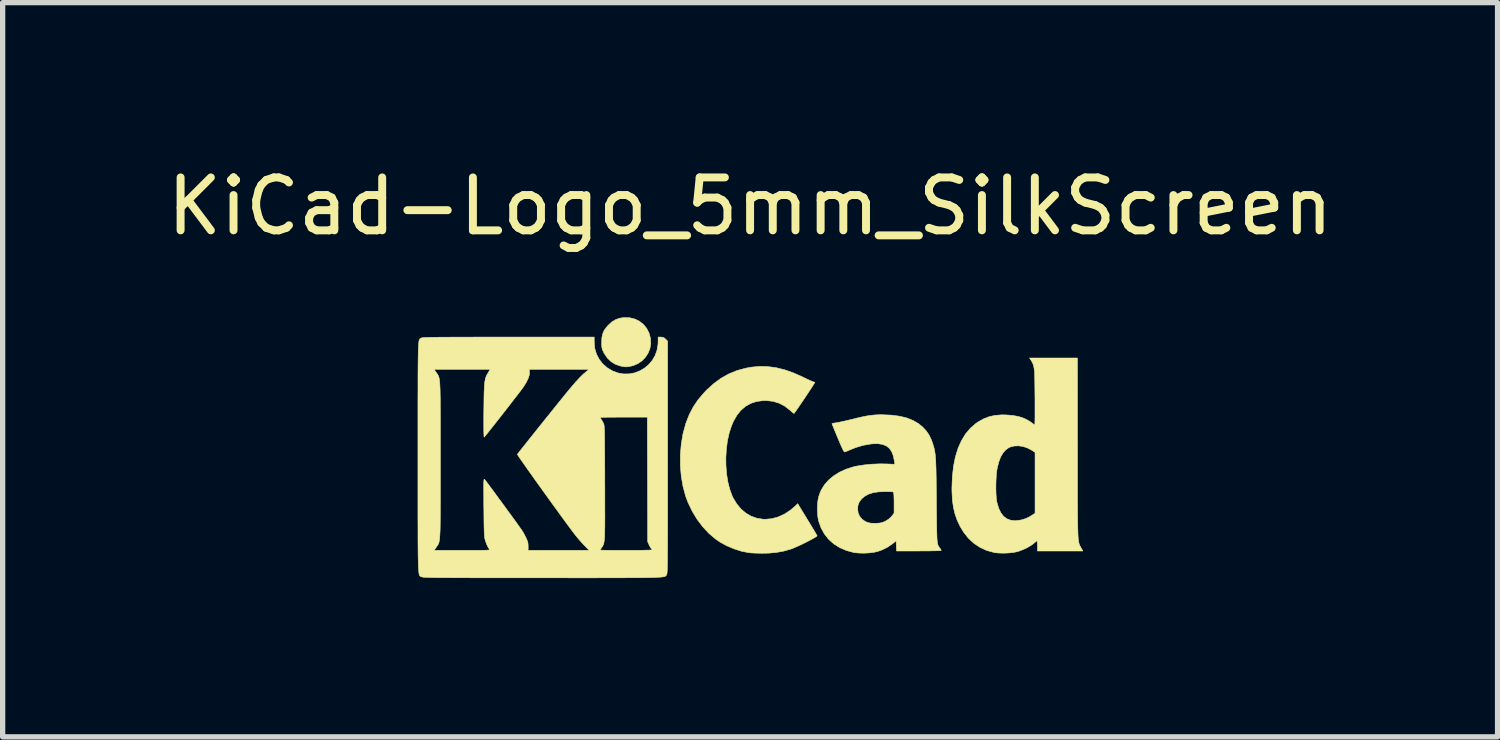
<source format=kicad_pcb>
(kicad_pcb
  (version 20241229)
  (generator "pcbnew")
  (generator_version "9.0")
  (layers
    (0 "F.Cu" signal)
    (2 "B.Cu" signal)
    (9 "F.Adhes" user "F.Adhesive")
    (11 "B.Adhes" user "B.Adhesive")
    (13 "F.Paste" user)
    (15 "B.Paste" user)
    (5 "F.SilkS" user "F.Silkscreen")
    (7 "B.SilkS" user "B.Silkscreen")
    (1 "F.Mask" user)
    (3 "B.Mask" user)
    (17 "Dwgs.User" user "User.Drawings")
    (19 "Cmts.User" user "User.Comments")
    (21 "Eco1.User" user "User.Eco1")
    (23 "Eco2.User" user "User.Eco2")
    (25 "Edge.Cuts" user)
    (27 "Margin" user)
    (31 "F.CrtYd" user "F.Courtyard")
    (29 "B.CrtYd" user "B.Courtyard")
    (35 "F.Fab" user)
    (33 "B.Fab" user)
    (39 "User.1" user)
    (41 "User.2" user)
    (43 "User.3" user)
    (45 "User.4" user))
  (footprint "KiCad-Logo_5mm_SilkScreen"
    (layer "F.Cu")
    (at 11.125 5.928)
    (property "Reference" "KiCad-Logo_5mm_SilkScreen" (at 0 -5.08 0) (layer "F.SilkS") (effects (font (size 1 1) (thickness 0.15))))
    (attr board_only exclude_from_pos_files exclude_from_bom allow_missing_courtyard)
    (fp_poly (pts (xy -2.273 -2.973) (xy -2.177 -2.949) (xy -2.09 -2.906) (xy -2.015 -2.847) (xy -1.954 -2.772) (xy -1.909 -2.683) (xy -1.883 -2.586) (xy -1.877 -2.489) (xy -1.892 -2.395) (xy -1.926 -2.307) (xy -1.977 -2.228) (xy -2.042 -2.16) (xy -2.121 -2.106) (xy -2.212 -2.068) (xy -2.263 -2.056) (xy -2.308 -2.048) (xy -2.342 -2.045) (xy -2.375 -2.047) (xy -2.415 -2.054) (xy -2.449 -2.061) (xy -2.542 -2.092) (xy -2.626 -2.143) (xy -2.698 -2.213) (xy -2.756 -2.298) (xy -2.77 -2.326) (xy -2.787 -2.362) (xy -2.797 -2.392) (xy -2.802 -2.425) (xy -2.805 -2.466) (xy -2.805 -2.512) (xy -2.801 -2.596) (xy -2.787 -2.665) (xy -2.762 -2.726) (xy -2.723 -2.784) (xy -2.684 -2.829) (xy -2.612 -2.895) (xy -2.537 -2.94) (xy -2.455 -2.967) (xy -2.377 -2.977) (xy -2.273 -2.973)) (stroke (width 0.01) (type solid)) (fill yes) (layer "F.SilkS"))
    (fp_poly (pts (xy 0.328 -2.051) (xy 0.489 -2.03) (xy 0.653 -1.99) (xy 0.822 -1.93) (xy 1 -1.851) (xy 1.011 -1.845) (xy 1.069 -1.817) (xy 1.121 -1.793) (xy 1.162 -1.775) (xy 1.19 -1.764) (xy 1.2 -1.761) (xy 1.219 -1.756) (xy 1.224 -1.752) (xy 1.218 -1.741) (xy 1.202 -1.715) (xy 1.177 -1.676) (xy 1.145 -1.626) (xy 1.107 -1.569) (xy 1.066 -1.507) (xy 1.023 -1.442) (xy 0.98 -1.379) (xy 0.939 -1.319) (xy 0.902 -1.265) (xy 0.871 -1.22) (xy 0.847 -1.186) (xy 0.832 -1.167) (xy 0.83 -1.165) (xy 0.82 -1.17) (xy 0.798 -1.187) (xy 0.767 -1.214) (xy 0.752 -1.228) (xy 0.655 -1.303) (xy 0.548 -1.359) (xy 0.433 -1.394) (xy 0.31 -1.408) (xy 0.241 -1.407) (xy 0.119 -1.39) (xy 0.01 -1.354) (xy -0.087 -1.299) (xy -0.174 -1.225) (xy -0.249 -1.131) (xy -0.314 -1.018) (xy -0.351 -0.931) (xy -0.395 -0.796) (xy -0.428 -0.648) (xy -0.448 -0.493) (xy -0.458 -0.333) (xy -0.456 -0.173) (xy -0.443 -0.016) (xy -0.419 0.133) (xy -0.384 0.271) (xy -0.338 0.395) (xy -0.322 0.429) (xy -0.253 0.543) (xy -0.173 0.64) (xy -0.081 0.718) (xy 0.02 0.777) (xy 0.13 0.816) (xy 0.247 0.834) (xy 0.289 0.835) (xy 0.41 0.824) (xy 0.531 0.791) (xy 0.649 0.737) (xy 0.762 0.663) (xy 0.854 0.585) (xy 0.9 0.54) (xy 1.081 0.837) (xy 1.127 0.911) (xy 1.168 0.98) (xy 1.204 1.039) (xy 1.233 1.088) (xy 1.254 1.124) (xy 1.265 1.144) (xy 1.266 1.147) (xy 1.258 1.157) (xy 1.233 1.174) (xy 1.193 1.197) (xy 1.142 1.225) (xy 1.084 1.255) (xy 1.021 1.287) (xy 0.958 1.318) (xy 0.896 1.346) (xy 0.839 1.371) (xy 0.791 1.391) (xy 0.768 1.399) (xy 0.634 1.437) (xy 0.496 1.462) (xy 0.349 1.475) (xy 0.222 1.477) (xy 0.154 1.476) (xy 0.088 1.474) (xy 0.031 1.471) (xy -0.013 1.468) (xy -0.027 1.466) (xy -0.166 1.438) (xy -0.307 1.392) (xy -0.445 1.334) (xy -0.572 1.264) (xy -0.649 1.211) (xy -0.777 1.103) (xy -0.895 0.977) (xy -1.002 0.835) (xy -1.095 0.681) (xy -1.173 0.518) (xy -1.217 0.401) (xy -1.267 0.217) (xy -1.301 0.023) (xy -1.318 -0.179) (xy -1.318 -0.382) (xy -1.301 -0.584) (xy -1.268 -0.781) (xy -1.217 -0.967) (xy -1.214 -0.978) (xy -1.151 -1.14) (xy -1.074 -1.288) (xy -0.981 -1.426) (xy -0.868 -1.558) (xy -0.825 -1.604) (xy -0.688 -1.728) (xy -0.549 -1.83) (xy -0.403 -1.912) (xy -0.249 -1.975) (xy -0.084 -2.02) (xy 0.011 -2.038) (xy 0.17 -2.054) (xy 0.328 -2.051)) (stroke (width 0.01) (type solid)) (fill yes) (layer "F.SilkS"))
    (fp_poly (pts (xy 6.187 -0.528) (xy 6.187 -0.293) (xy 6.187 -0.08) (xy 6.187 0.112) (xy 6.187 0.285) (xy 6.187 0.441) (xy 6.188 0.579) (xy 6.188 0.701) (xy 6.189 0.808) (xy 6.19 0.901) (xy 6.192 0.982) (xy 6.194 1.051) (xy 6.196 1.11) (xy 6.198 1.159) (xy 6.202 1.2) (xy 6.205 1.234) (xy 6.21 1.262) (xy 6.214 1.285) (xy 6.22 1.304) (xy 6.226 1.321) (xy 6.233 1.335) (xy 6.24 1.349) (xy 6.249 1.364) (xy 6.254 1.373) (xy 6.288 1.434) (xy 5.43 1.434) (xy 5.43 1.338) (xy 5.429 1.294) (xy 5.427 1.261) (xy 5.424 1.243) (xy 5.423 1.242) (xy 5.412 1.249) (xy 5.389 1.267) (xy 5.366 1.286) (xy 5.312 1.327) (xy 5.242 1.368) (xy 5.165 1.405) (xy 5.088 1.435) (xy 5.057 1.445) (xy 4.989 1.46) (xy 4.906 1.47) (xy 4.816 1.475) (xy 4.728 1.474) (xy 4.649 1.469) (xy 4.612 1.463) (xy 4.473 1.425) (xy 4.346 1.367) (xy 4.23 1.29) (xy 4.127 1.195) (xy 4.036 1.081) (xy 3.969 0.97) (xy 3.914 0.854) (xy 3.872 0.734) (xy 3.842 0.608) (xy 3.823 0.472) (xy 3.815 0.32) (xy 3.814 0.243) (xy 3.816 0.186) (xy 4.645 0.186) (xy 4.645 0.279) (xy 4.648 0.367) (xy 4.654 0.444) (xy 4.662 0.505) (xy 4.665 0.517) (xy 4.697 0.625) (xy 4.738 0.712) (xy 4.79 0.779) (xy 4.853 0.826) (xy 4.926 0.853) (xy 5.011 0.862) (xy 5.107 0.851) (xy 5.17 0.835) (xy 5.219 0.817) (xy 5.274 0.791) (xy 5.314 0.767) (xy 5.385 0.721) (xy 5.385 -0.429) (xy 5.317 -0.473) (xy 5.239 -0.514) (xy 5.155 -0.541) (xy 5.07 -0.553) (xy 4.988 -0.549) (xy 4.915 -0.53) (xy 4.883 -0.515) (xy 4.826 -0.472) (xy 4.777 -0.415) (xy 4.735 -0.342) (xy 4.701 -0.252) (xy 4.672 -0.141) (xy 4.671 -0.135) (xy 4.66 -0.073) (xy 4.653 0.005) (xy 4.648 0.093) (xy 4.645 0.186) (xy 3.816 0.186) (xy 3.822 0.03) (xy 3.844 -0.166) (xy 3.88 -0.345) (xy 3.93 -0.506) (xy 3.994 -0.65) (xy 4.071 -0.777) (xy 4.163 -0.886) (xy 4.268 -0.977) (xy 4.314 -1.008) (xy 4.415 -1.064) (xy 4.518 -1.104) (xy 4.628 -1.128) (xy 4.749 -1.138) (xy 4.842 -1.137) (xy 4.971 -1.126) (xy 5.084 -1.104) (xy 5.183 -1.07) (xy 5.271 -1.024) (xy 5.32 -0.99) (xy 5.349 -0.968) (xy 5.371 -0.953) (xy 5.379 -0.948) (xy 5.381 -0.959) (xy 5.382 -0.99) (xy 5.383 -1.037) (xy 5.384 -1.1) (xy 5.384 -1.173) (xy 5.384 -1.256) (xy 5.384 -1.344) (xy 5.384 -1.436) (xy 5.383 -1.528) (xy 5.382 -1.618) (xy 5.381 -1.704) (xy 5.38 -1.781) (xy 5.379 -1.848) (xy 5.377 -1.902) (xy 5.375 -1.94) (xy 5.375 -1.947) (xy 5.367 -2.018) (xy 5.356 -2.073) (xy 5.338 -2.12) (xy 5.312 -2.166) (xy 5.305 -2.176) (xy 5.281 -2.213) (xy 6.186 -2.213) (xy 6.187 -0.528)) (stroke (width 0.01) (type solid)) (fill yes) (layer "F.SilkS"))
    (fp_poly (pts (xy 2.674 -1.133) (xy 2.825 -1.113) (xy 2.961 -1.08) (xy 3.08 -1.032) (xy 3.185 -0.971) (xy 3.262 -0.907) (xy 3.331 -0.833) (xy 3.385 -0.753) (xy 3.428 -0.661) (xy 3.443 -0.618) (xy 3.456 -0.579) (xy 3.467 -0.543) (xy 3.477 -0.508) (xy 3.485 -0.472) (xy 3.492 -0.433) (xy 3.498 -0.39) (xy 3.503 -0.34) (xy 3.507 -0.283) (xy 3.51 -0.215) (xy 3.513 -0.136) (xy 3.515 -0.043) (xy 3.517 0.066) (xy 3.518 0.192) (xy 3.52 0.337) (xy 3.521 0.48) (xy 3.522 0.636) (xy 3.524 0.771) (xy 3.525 0.887) (xy 3.526 0.986) (xy 3.528 1.068) (xy 3.53 1.136) (xy 3.532 1.192) (xy 3.535 1.236) (xy 3.539 1.271) (xy 3.544 1.299) (xy 3.55 1.321) (xy 3.557 1.338) (xy 3.565 1.352) (xy 3.574 1.366) (xy 3.585 1.38) (xy 3.59 1.385) (xy 3.605 1.408) (xy 3.612 1.423) (xy 3.612 1.424) (xy 3.602 1.426) (xy 3.571 1.428) (xy 3.522 1.43) (xy 3.458 1.431) (xy 3.382 1.433) (xy 3.295 1.433) (xy 3.2 1.434) (xy 3.19 1.434) (xy 2.767 1.434) (xy 2.763 1.338) (xy 2.76 1.242) (xy 2.698 1.293) (xy 2.601 1.36) (xy 2.491 1.415) (xy 2.404 1.445) (xy 2.335 1.46) (xy 2.252 1.47) (xy 2.162 1.475) (xy 2.074 1.474) (xy 1.995 1.468) (xy 1.959 1.463) (xy 1.819 1.425) (xy 1.692 1.37) (xy 1.58 1.299) (xy 1.484 1.213) (xy 1.404 1.112) (xy 1.341 0.997) (xy 1.296 0.871) (xy 1.284 0.814) (xy 1.276 0.752) (xy 1.273 0.677) (xy 1.272 0.643) (xy 1.272 0.64) (xy 2.032 0.64) (xy 2.042 0.715) (xy 2.07 0.779) (xy 2.118 0.835) (xy 2.123 0.839) (xy 2.172 0.874) (xy 2.223 0.897) (xy 2.284 0.909) (xy 2.359 0.911) (xy 2.377 0.911) (xy 2.431 0.908) (xy 2.471 0.903) (xy 2.506 0.893) (xy 2.545 0.876) (xy 2.556 0.871) (xy 2.616 0.835) (xy 2.663 0.792) (xy 2.676 0.777) (xy 2.721 0.72) (xy 2.721 0.525) (xy 2.72 0.446) (xy 2.718 0.388) (xy 2.715 0.349) (xy 2.711 0.327) (xy 2.707 0.32) (xy 2.691 0.317) (xy 2.657 0.314) (xy 2.61 0.313) (xy 2.555 0.312) (xy 2.546 0.312) (xy 2.425 0.317) (xy 2.323 0.333) (xy 2.236 0.361) (xy 2.164 0.401) (xy 2.109 0.448) (xy 2.064 0.506) (xy 2.039 0.569) (xy 2.032 0.64) (xy 1.272 0.64) (xy 1.274 0.55) (xy 1.283 0.471) (xy 1.299 0.4) (xy 1.324 0.329) (xy 1.348 0.276) (xy 1.407 0.181) (xy 1.485 0.093) (xy 1.58 0.014) (xy 1.69 -0.055) (xy 1.813 -0.111) (xy 1.945 -0.154) (xy 2.009 -0.169) (xy 2.146 -0.191) (xy 2.294 -0.206) (xy 2.446 -0.212) (xy 2.572 -0.211) (xy 2.734 -0.204) (xy 2.727 -0.263) (xy 2.707 -0.362) (xy 2.676 -0.443) (xy 2.632 -0.506) (xy 2.575 -0.551) (xy 2.503 -0.58) (xy 2.416 -0.594) (xy 2.313 -0.591) (xy 2.275 -0.587) (xy 2.134 -0.562) (xy 1.997 -0.521) (xy 1.902 -0.483) (xy 1.857 -0.464) (xy 1.819 -0.448) (xy 1.792 -0.439) (xy 1.785 -0.437) (xy 1.775 -0.446) (xy 1.758 -0.475) (xy 1.734 -0.524) (xy 1.703 -0.594) (xy 1.665 -0.684) (xy 1.658 -0.7) (xy 1.628 -0.772) (xy 1.601 -0.838) (xy 1.578 -0.893) (xy 1.561 -0.936) (xy 1.55 -0.963) (xy 1.547 -0.972) (xy 1.557 -0.977) (xy 1.583 -0.982) (xy 1.611 -0.986) (xy 1.642 -0.991) (xy 1.689 -1) (xy 1.751 -1.013) (xy 1.821 -1.029) (xy 1.896 -1.047) (xy 1.925 -1.054) (xy 2.03 -1.08) (xy 2.117 -1.1) (xy 2.192 -1.115) (xy 2.258 -1.126) (xy 2.319 -1.133) (xy 2.381 -1.138) (xy 2.446 -1.14) (xy 2.504 -1.14) (xy 2.674 -1.133)) (stroke (width 0.01) (type solid)) (fill yes) (layer "F.SilkS"))
    (fp_poly (pts (xy -2.946 -2.511) (xy -2.936 -2.397) (xy -2.904 -2.289) (xy -2.853 -2.19) (xy -2.784 -2.102) (xy -2.699 -2.027) (xy -2.602 -1.97) (xy -2.496 -1.93) (xy -2.389 -1.911) (xy -2.283 -1.913) (xy -2.181 -1.932) (xy -2.085 -1.969) (xy -1.996 -2.021) (xy -1.917 -2.087) (xy -1.849 -2.167) (xy -1.796 -2.258) (xy -1.759 -2.359) (xy -1.74 -2.47) (xy -1.738 -2.52) (xy -1.738 -2.608) (xy -1.687 -2.608) (xy -1.65 -2.605) (xy -1.623 -2.593) (xy -1.596 -2.569) (xy -1.558 -2.531) (xy -1.558 -0.339) (xy -1.558 -0.077) (xy -1.558 0.163) (xy -1.558 0.383) (xy -1.558 0.583) (xy -1.558 0.764) (xy -1.558 0.928) (xy -1.559 1.074) (xy -1.559 1.205) (xy -1.559 1.32) (xy -1.56 1.421) (xy -1.561 1.509) (xy -1.561 1.585) (xy -1.562 1.65) (xy -1.563 1.704) (xy -1.564 1.749) (xy -1.565 1.786) (xy -1.567 1.815) (xy -1.568 1.837) (xy -1.57 1.854) (xy -1.572 1.866) (xy -1.574 1.874) (xy -1.576 1.88) (xy -1.577 1.882) (xy -1.581 1.889) (xy -1.585 1.895) (xy -1.589 1.901) (xy -1.594 1.906) (xy -1.601 1.911) (xy -1.611 1.916) (xy -1.625 1.92) (xy -1.645 1.923) (xy -1.669 1.926) (xy -1.701 1.929) (xy -1.741 1.931) (xy -1.789 1.934) (xy -1.846 1.935) (xy -1.914 1.937) (xy -1.994 1.938) (xy -2.085 1.939) (xy -2.19 1.94) (xy -2.309 1.94) (xy -2.443 1.941) (xy -2.593 1.941) (xy -2.76 1.941) (xy -2.945 1.942) (xy -3.149 1.942) (xy -3.372 1.942) (xy -3.616 1.941) (xy -3.881 1.941) (xy -3.92 1.941) (xy -4.187 1.941) (xy -4.432 1.941) (xy -4.657 1.941) (xy -4.861 1.941) (xy -5.047 1.941) (xy -5.215 1.941) (xy -5.366 1.94) (xy -5.501 1.94) (xy -5.62 1.939) (xy -5.725 1.939) (xy -5.817 1.938) (xy -5.896 1.938) (xy -5.964 1.937) (xy -6.021 1.936) (xy -6.069 1.935) (xy -6.107 1.933) (xy -6.138 1.932) (xy -6.162 1.931) (xy -6.18 1.929) (xy -6.192 1.927) (xy -6.201 1.925) (xy -6.205 1.923) (xy -6.214 1.92) (xy -6.221 1.917) (xy -6.229 1.915) (xy -6.235 1.911) (xy -6.241 1.906) (xy -6.246 1.897) (xy -6.251 1.885) (xy -6.255 1.869) (xy -6.259 1.846) (xy -6.262 1.818) (xy -6.265 1.781) (xy -6.268 1.737) (xy -6.27 1.683) (xy -6.271 1.618) (xy -6.273 1.543) (xy -6.274 1.455) (xy -6.275 1.354) (xy -6.276 1.239) (xy -6.276 1.11) (xy -6.276 0.964) (xy -6.277 0.802) (xy -6.277 0.621) (xy -6.277 0.422) (xy -6.277 0.204) (xy -6.277 -0.035) (xy -6.277 -0.296) (xy -6.277 -0.338) (xy -6.277 -0.601) (xy -6.277 -0.842) (xy -6.277 -1.063) (xy -6.277 -1.264) (xy -6.277 -1.446) (xy -6.276 -1.61) (xy -6.276 -1.757) (xy -6.276 -1.888) (xy -6.275 -1.998) (xy -5.972 -1.998) (xy -5.932 -1.94) (xy -5.921 -1.925) (xy -5.911 -1.911) (xy -5.902 -1.897) (xy -5.894 -1.883) (xy -5.887 -1.868) (xy -5.881 -1.849) (xy -5.875 -1.826) (xy -5.871 -1.798) (xy -5.867 -1.764) (xy -5.863 -1.722) (xy -5.861 -1.67) (xy -5.858 -1.609) (xy -5.857 -1.537) (xy -5.855 -1.452) (xy -5.855 -1.354) (xy -5.854 -1.24) (xy -5.853 -1.111) (xy -5.853 -0.965) (xy -5.853 -0.8) (xy -5.853 -0.616) (xy -5.853 -0.41) (xy -5.853 -0.288) (xy -5.853 -0.071) (xy -5.853 0.125) (xy -5.853 0.3) (xy -5.853 0.456) (xy -5.854 0.595) (xy -5.854 0.717) (xy -5.855 0.823) (xy -5.856 0.915) (xy -5.857 0.994) (xy -5.859 1.062) (xy -5.862 1.118) (xy -5.865 1.165) (xy -5.868 1.204) (xy -5.872 1.235) (xy -5.877 1.261) (xy -5.883 1.282) (xy -5.89 1.299) (xy -5.897 1.314) (xy -5.906 1.327) (xy -5.915 1.341) (xy -5.925 1.356) (xy -5.932 1.365) (xy -5.97 1.422) (xy -5.439 1.422) (xy -5.315 1.422) (xy -5.213 1.422) (xy -5.129 1.422) (xy -5.063 1.421) (xy -5.012 1.42) (xy -4.974 1.419) (xy -4.948 1.417) (xy -4.932 1.415) (xy -4.923 1.412) (xy -4.921 1.408) (xy -4.923 1.404) (xy -4.925 1.403) (xy -4.95 1.366) (xy -4.976 1.313) (xy -4.999 1.251) (xy -5.007 1.224) (xy -5.012 1.206) (xy -5.016 1.185) (xy -5.019 1.159) (xy -5.022 1.126) (xy -5.024 1.083) (xy -5.026 1.028) (xy -5.028 0.96) (xy -5.029 0.877) (xy -5.03 0.775) (xy -5.031 0.654) (xy -5.032 0.61) (xy -5.033 0.484) (xy -5.033 0.38) (xy -5.034 0.295) (xy -5.034 0.227) (xy -5.034 0.174) (xy -5.033 0.135) (xy -5.031 0.107) (xy -5.029 0.09) (xy -5.027 0.081) (xy -5.023 0.078) (xy -5.019 0.08) (xy -5.015 0.085) (xy -5.004 0.098) (xy -4.982 0.127) (xy -4.95 0.17) (xy -4.909 0.225) (xy -4.861 0.289) (xy -4.808 0.362) (xy -4.751 0.44) (xy -4.691 0.521) (xy -4.631 0.603) (xy -4.572 0.685) (xy -4.514 0.763) (xy -4.461 0.836) (xy -4.413 0.902) (xy -4.373 0.959) (xy -4.341 1.004) (xy -4.318 1.035) (xy -4.314 1.041) (xy -4.291 1.078) (xy -4.264 1.126) (xy -4.239 1.176) (xy -4.236 1.183) (xy -4.214 1.231) (xy -4.201 1.268) (xy -4.196 1.304) (xy -4.194 1.346) (xy -4.195 1.422) (xy -3.041 1.422) (xy -3.132 1.329) (xy -3.179 1.279) (xy -3.229 1.222) (xy -3.275 1.168) (xy -3.295 1.143) (xy -3.326 1.103) (xy -3.366 1.05) (xy -3.414 0.985) (xy -3.47 0.909) (xy -3.532 0.825) (xy -3.599 0.733) (xy -3.669 0.636) (xy -3.743 0.535) (xy -3.817 0.432) (xy -3.892 0.328) (xy -3.966 0.225) (xy -4.038 0.125) (xy -4.106 0.029) (xy -4.17 -0.061) (xy -4.229 -0.144) (xy -4.28 -0.218) (xy -4.324 -0.28) (xy -4.359 -0.33) (xy -4.383 -0.367) (xy -4.396 -0.387) (xy -4.398 -0.391) (xy -4.39 -0.403) (xy -4.369 -0.43) (xy -4.337 -0.471) (xy -4.294 -0.525) (xy -4.243 -0.589) (xy -4.185 -0.663) (xy -4.12 -0.744) (xy -4.051 -0.831) (xy -3.979 -0.921) (xy -3.904 -1.014) (xy -3.845 -1.088) (xy -2.834 -1.088) (xy -2.828 -1.075) (xy -2.813 -1.053) (xy -2.812 -1.052) (xy -2.793 -1.021) (xy -2.774 -0.985) (xy -2.77 -0.976) (xy -2.766 -0.968) (xy -2.763 -0.958) (xy -2.76 -0.945) (xy -2.758 -0.927) (xy -2.756 -0.904) (xy -2.754 -0.873) (xy -2.753 -0.833) (xy -2.751 -0.784) (xy -2.75 -0.723) (xy -2.749 -0.649) (xy -2.749 -0.561) (xy -2.748 -0.457) (xy -2.747 -0.337) (xy -2.747 -0.198) (xy -2.746 -0.039) (xy -2.746 0.14) (xy -2.745 0.325) (xy -2.745 0.489) (xy -2.745 0.633) (xy -2.744 0.759) (xy -2.745 0.868) (xy -2.745 0.961) (xy -2.747 1.04) (xy -2.748 1.106) (xy -2.75 1.161) (xy -2.753 1.206) (xy -2.757 1.242) (xy -2.761 1.271) (xy -2.766 1.295) (xy -2.772 1.313) (xy -2.779 1.329) (xy -2.787 1.344) (xy -2.797 1.358) (xy -2.805 1.37) (xy -2.822 1.396) (xy -2.832 1.414) (xy -2.834 1.417) (xy -2.823 1.418) (xy -2.791 1.419) (xy -2.742 1.42) (xy -2.677 1.421) (xy -2.599 1.422) (xy -2.51 1.422) (xy -2.411 1.422) (xy -2.342 1.422) (xy -2.237 1.422) (xy -2.141 1.422) (xy -2.054 1.421) (xy -1.98 1.419) (xy -1.921 1.418) (xy -1.879 1.416) (xy -1.855 1.414) (xy -1.851 1.412) (xy -1.859 1.398) (xy -1.867 1.39) (xy -1.88 1.372) (xy -1.897 1.342) (xy -1.909 1.318) (xy -1.936 1.259) (xy -1.939 0.082) (xy -1.942 -1.095) (xy -2.388 -1.095) (xy -2.486 -1.095) (xy -2.576 -1.094) (xy -2.657 -1.094) (xy -2.725 -1.093) (xy -2.779 -1.092) (xy -2.815 -1.09) (xy -2.833 -1.089) (xy -2.834 -1.088) (xy -3.845 -1.088) (xy -3.829 -1.107) (xy -3.755 -1.199) (xy -3.683 -1.289) (xy -3.615 -1.374) (xy -3.551 -1.452) (xy -3.494 -1.523) (xy -3.444 -1.584) (xy -3.403 -1.633) (xy -3.386 -1.654) (xy -3.3 -1.754) (xy -3.223 -1.838) (xy -3.154 -1.906) (xy -3.091 -1.96) (xy -3.082 -1.967) (xy -3.042 -1.998) (xy -4.174 -1.998) (xy -4.169 -1.95) (xy -4.172 -1.893) (xy -4.194 -1.825) (xy -4.234 -1.745) (xy -4.279 -1.673) (xy -4.295 -1.65) (xy -4.323 -1.612) (xy -4.361 -1.562) (xy -4.408 -1.501) (xy -4.462 -1.432) (xy -4.52 -1.356) (xy -4.582 -1.276) (xy -4.646 -1.194) (xy -4.71 -1.112) (xy -4.773 -1.032) (xy -4.832 -0.957) (xy -4.887 -0.888) (xy -4.935 -0.828) (xy -4.974 -0.778) (xy -5.004 -0.742) (xy -5.022 -0.72) (xy -5.025 -0.717) (xy -5.028 -0.725) (xy -5.03 -0.755) (xy -5.032 -0.807) (xy -5.033 -0.881) (xy -5.033 -0.977) (xy -5.033 -1.094) (xy -5.032 -1.214) (xy -5.03 -1.346) (xy -5.029 -1.457) (xy -5.027 -1.551) (xy -5.024 -1.629) (xy -5.021 -1.692) (xy -5.016 -1.745) (xy -5.009 -1.788) (xy -5.002 -1.823) (xy -4.992 -1.854) (xy -4.98 -1.882) (xy -4.965 -1.91) (xy -4.95 -1.935) (xy -4.912 -1.998) (xy -5.972 -1.998) (xy -6.275 -1.998) (xy -6.275 -2.004) (xy -6.274 -2.106) (xy -6.273 -2.195) (xy -6.272 -2.272) (xy -6.27 -2.337) (xy -6.269 -2.393) (xy -6.266 -2.438) (xy -6.264 -2.475) (xy -6.261 -2.505) (xy -6.258 -2.528) (xy -6.254 -2.546) (xy -6.25 -2.559) (xy -6.245 -2.568) (xy -6.24 -2.574) (xy -6.234 -2.579) (xy -6.228 -2.582) (xy -6.222 -2.586) (xy -6.216 -2.589) (xy -6.21 -2.592) (xy -6.202 -2.594) (xy -6.19 -2.596) (xy -6.173 -2.598) (xy -6.149 -2.6) (xy -6.118 -2.601) (xy -6.079 -2.602) (xy -6.03 -2.603) (xy -5.971 -2.604) (xy -5.899 -2.605) (xy -5.815 -2.606) (xy -5.718 -2.606) (xy -5.605 -2.607) (xy -5.476 -2.607) (xy -5.33 -2.607) (xy -5.166 -2.608) (xy -4.982 -2.608) (xy -4.778 -2.608) (xy -4.567 -2.608) (xy -2.946 -2.608) (xy -2.946 -2.511)) (stroke (width 0.01) (type solid)) (fill yes) (layer "F.SilkS")))
  (gr_rect
    (start -3 -3)
    (end 25.25 10.875)
    (stroke (width 0.1) (type default))
    (fill no)
    (layer "Edge.Cuts")))
</source>
